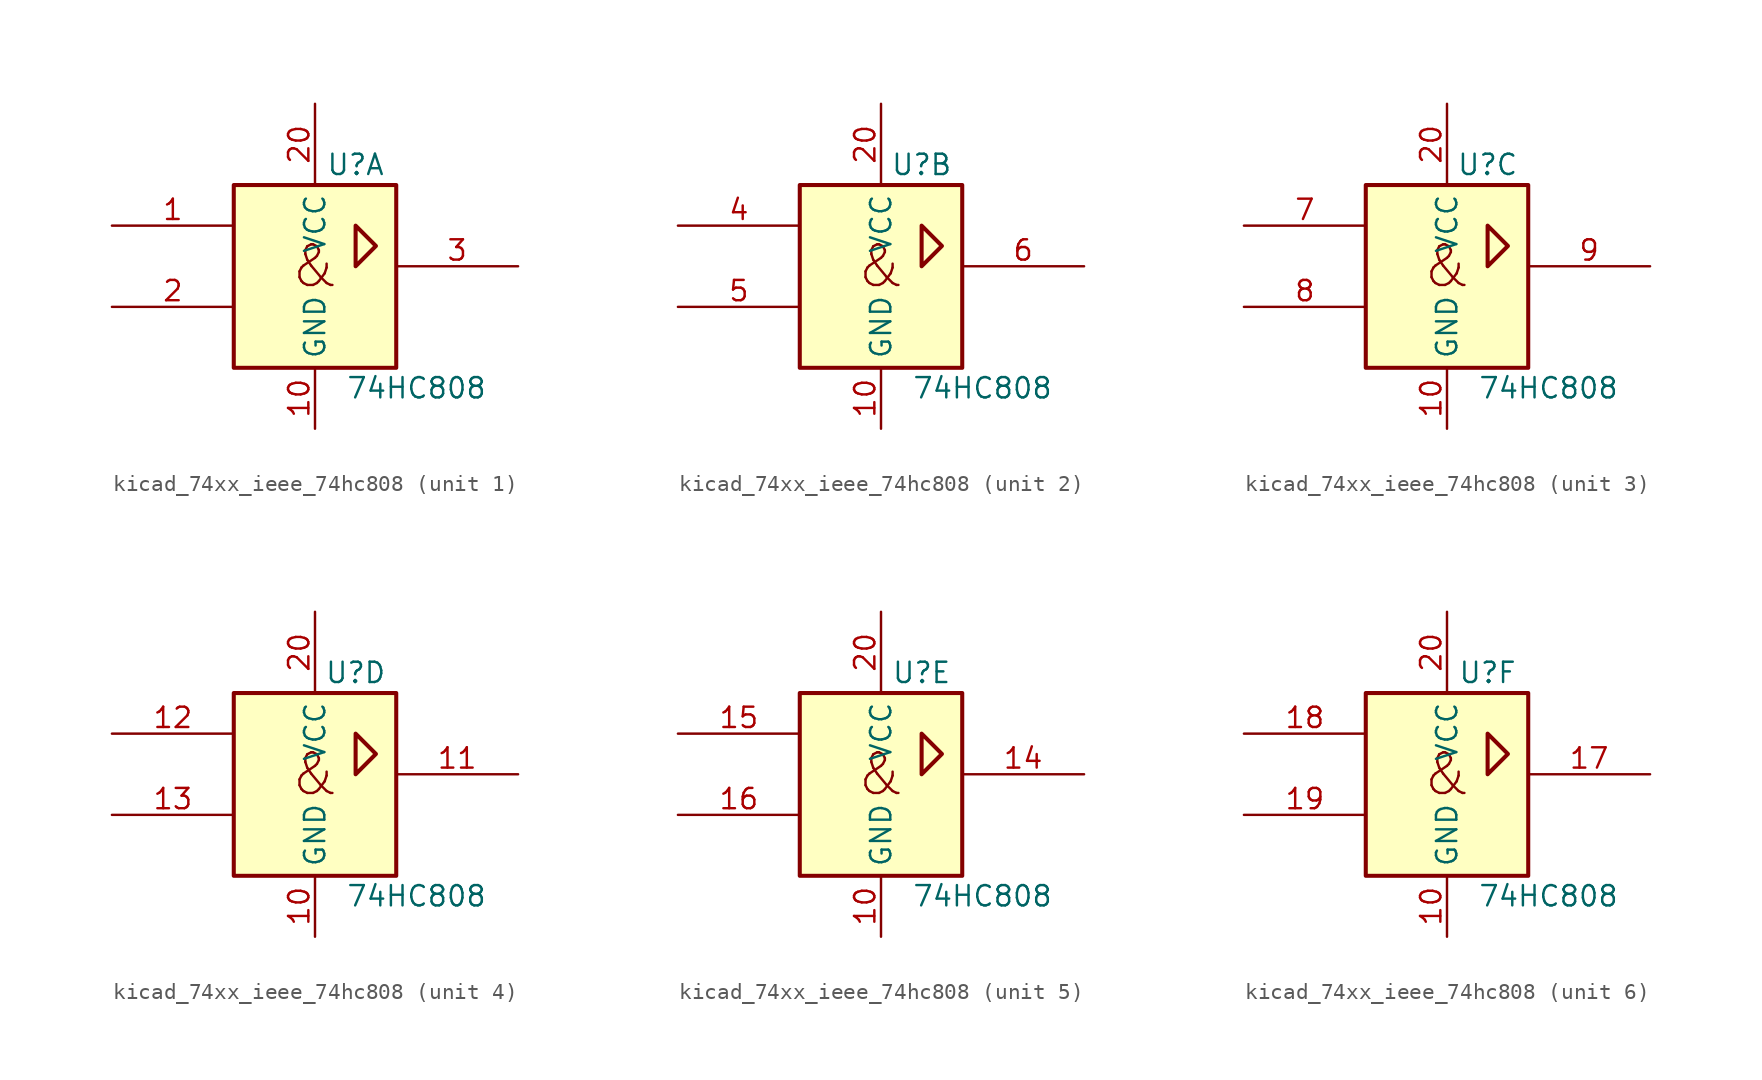
<source format=kicad_sym>
(kicad_symbol_lib
  (version 20220914)
  (generator kicad_symbol_editor)
  (symbol "kicad_74xx_ieee_74hc808"
    (property "Reference" "U"
      (at 2.54 6.35 0)
      (effects (font (size 1.27 1.27))))
    (property "Value" "74HC808"
      (at 6.35 -7.62 0)
      (effects (font (size 1.27 1.27))))
    (symbol "kicad_74xx_ieee_74hc808_0_1"
      (rectangle (start -5.08 5.08) (end 5.08 -6.35) (stroke (width 0.254) (type default)) (fill (type background)))
      (polyline (pts (xy 2.54 0) (xy 2.54 2.54) (xy 3.81 1.27) (xy 2.54 0) (xy 2.54 0)) (stroke (width 0.254) (type default)) (fill (type background)))
      (text "&" (at 0 0 0) (effects (font (size 2.54 2.54))))
      (pin power_in line (at 0 -10.16 90) (length 3.81) (name "GND" (effects (font (size 1.27 1.27)))) (number "10" (effects (font (size 1.27 1.27)))))
      (pin power_in line (at 0 10.16 270) (length 5.08) (name "VCC" (effects (font (size 1.27 1.27)))) (number "20" (effects (font (size 1.27 1.27))))))
    (symbol "kicad_74xx_ieee_74hc808_1_1"
      (pin input line (at -12.7 2.54 0) (length 7.62) (name "~" (effects (font (size 1.27 1.27)))) (number "1" (effects (font (size 1.27 1.27)))))
      (pin input line (at -12.7 -2.54 0) (length 7.62) (name "~" (effects (font (size 1.27 1.27)))) (number "2" (effects (font (size 1.27 1.27)))))
      (pin output line (at 12.7 0 180) (length 7.62) (name "~" (effects (font (size 1.27 1.27)))) (number "3" (effects (font (size 1.27 1.27))))))
    (symbol "kicad_74xx_ieee_74hc808_2_1"
      (pin input line (at -12.7 2.54 0) (length 7.62) (name "~" (effects (font (size 1.27 1.27)))) (number "4" (effects (font (size 1.27 1.27)))))
      (pin input line (at -12.7 -2.54 0) (length 7.62) (name "~" (effects (font (size 1.27 1.27)))) (number "5" (effects (font (size 1.27 1.27)))))
      (pin output line (at 12.7 0 180) (length 7.62) (name "~" (effects (font (size 1.27 1.27)))) (number "6" (effects (font (size 1.27 1.27))))))
    (symbol "kicad_74xx_ieee_74hc808_3_1"
      (pin input line (at -12.7 2.54 0) (length 7.62) (name "~" (effects (font (size 1.27 1.27)))) (number "7" (effects (font (size 1.27 1.27)))))
      (pin input line (at -12.7 -2.54 0) (length 7.62) (name "~" (effects (font (size 1.27 1.27)))) (number "8" (effects (font (size 1.27 1.27)))))
      (pin output line (at 12.7 0 180) (length 7.62) (name "~" (effects (font (size 1.27 1.27)))) (number "9" (effects (font (size 1.27 1.27))))))
    (symbol "kicad_74xx_ieee_74hc808_4_1"
      (pin output line (at 12.7 0 180) (length 7.62) (name "~" (effects (font (size 1.27 1.27)))) (number "11" (effects (font (size 1.27 1.27)))))
      (pin input line (at -12.7 2.54 0) (length 7.62) (name "~" (effects (font (size 1.27 1.27)))) (number "12" (effects (font (size 1.27 1.27)))))
      (pin input line (at -12.7 -2.54 0) (length 7.62) (name "~" (effects (font (size 1.27 1.27)))) (number "13" (effects (font (size 1.27 1.27))))))
    (symbol "kicad_74xx_ieee_74hc808_5_1"
      (pin output line (at 12.7 0 180) (length 7.62) (name "~" (effects (font (size 1.27 1.27)))) (number "14" (effects (font (size 1.27 1.27)))))
      (pin input line (at -12.7 2.54 0) (length 7.62) (name "~" (effects (font (size 1.27 1.27)))) (number "15" (effects (font (size 1.27 1.27)))))
      (pin input line (at -12.7 -2.54 0) (length 7.62) (name "~" (effects (font (size 1.27 1.27)))) (number "16" (effects (font (size 1.27 1.27))))))
    (symbol "kicad_74xx_ieee_74hc808_6_1"
      (pin output line (at 12.7 0 180) (length 7.62) (name "~" (effects (font (size 1.27 1.27)))) (number "17" (effects (font (size 1.27 1.27)))))
      (pin input line (at -12.7 2.54 0) (length 7.62) (name "~" (effects (font (size 1.27 1.27)))) (number "18" (effects (font (size 1.27 1.27)))))
      (pin input line (at -12.7 -2.54 0) (length 7.62) (name "~" (effects (font (size 1.27 1.27)))) (number "19" (effects (font (size 1.27 1.27))))))))
</source>
